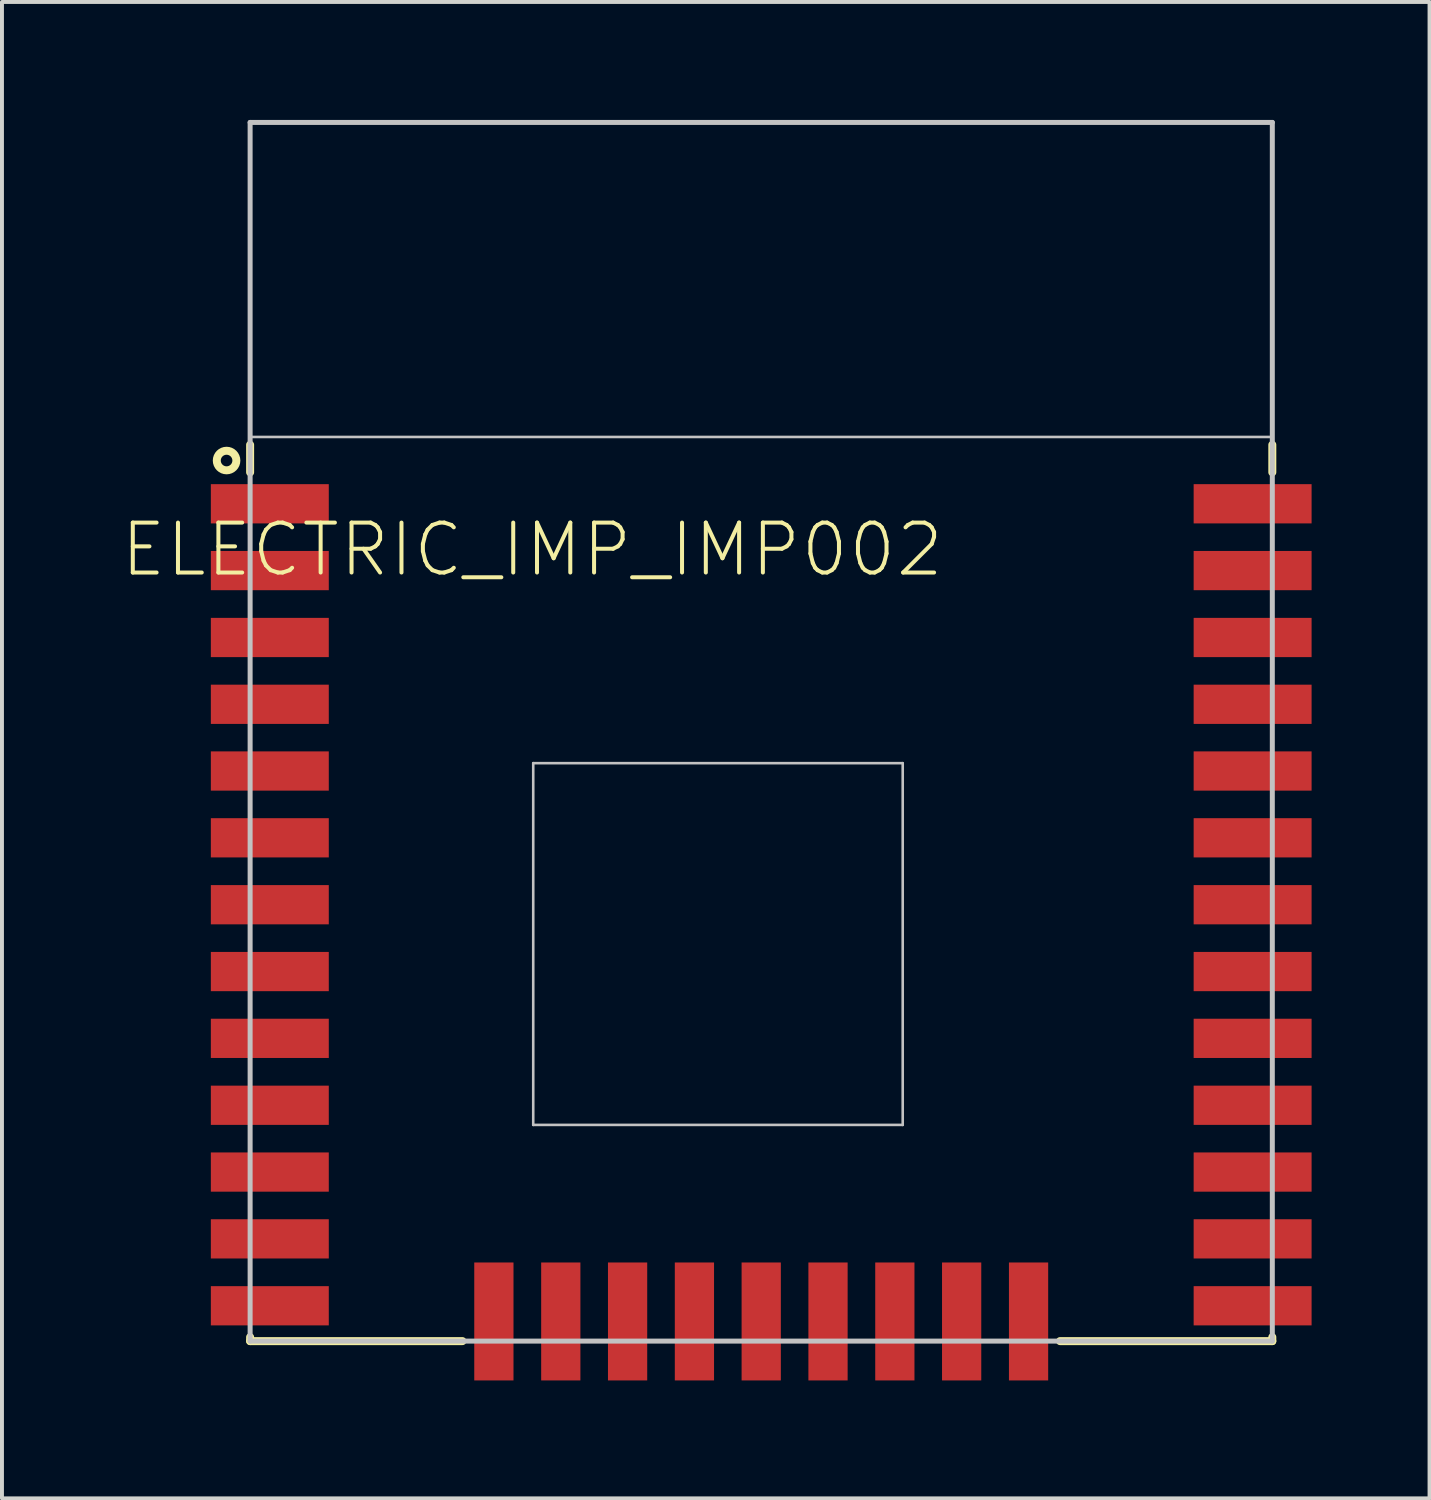
<source format=kicad_pcb>
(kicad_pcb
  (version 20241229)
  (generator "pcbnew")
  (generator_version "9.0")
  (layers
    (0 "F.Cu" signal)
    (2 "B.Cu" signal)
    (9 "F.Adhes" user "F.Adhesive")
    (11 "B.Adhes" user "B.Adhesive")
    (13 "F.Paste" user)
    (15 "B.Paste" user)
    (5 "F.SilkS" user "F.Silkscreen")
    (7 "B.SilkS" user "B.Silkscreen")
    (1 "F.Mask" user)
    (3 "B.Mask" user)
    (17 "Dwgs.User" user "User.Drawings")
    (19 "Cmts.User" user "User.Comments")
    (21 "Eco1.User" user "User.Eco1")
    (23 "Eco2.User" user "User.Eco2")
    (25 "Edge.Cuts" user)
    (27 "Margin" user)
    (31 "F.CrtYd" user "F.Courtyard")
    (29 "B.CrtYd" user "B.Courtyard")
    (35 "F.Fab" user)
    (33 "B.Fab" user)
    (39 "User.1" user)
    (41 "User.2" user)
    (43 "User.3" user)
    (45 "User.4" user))
  (footprint "ELECTRIC_IMP_IMP002"
    (layer "F.Cu")
    (at 16.312 15.563)
    (property "Reference" "ELECTRIC_IMP_IMP002" (at -5.824 -4.633 0) (layer "F.SilkS") (effects (font (size 1.27 1.27) (thickness 0.102))))
    (attr smd)
    (fp_line (start -13 -6.599) (end -13 -7.3) (stroke (width 0.203) (type solid)) (layer "F.SilkS"))
    (fp_line (start -13 15.397) (end -13 15.499) (stroke (width 0.203) (type solid)) (layer "F.SilkS"))
    (fp_line (start -13 15.499) (end -7.6 15.499) (stroke (width 0.203) (type solid)) (layer "F.SilkS"))
    (fp_line (start 13 -6.599) (end 13 -7.3) (stroke (width 0.203) (type solid)) (layer "F.SilkS"))
    (fp_line (start 13 15.397) (end 13 15.499) (stroke (width 0.203) (type solid)) (layer "F.SilkS"))
    (fp_line (start 13 15.499) (end 7.6 15.499) (stroke (width 0.203) (type solid)) (layer "F.SilkS"))
    (fp_circle (center -13.599 -6.899) (end -13.599 -7.148) (stroke (width 0.203) (type solid)) (fill no) (layer "F.SilkS"))
    (fp_line (start -13 -15.499) (end 13 -15.499) (stroke (width 0.066) (type solid)) (layer "Dwgs.User"))
    (fp_line (start -13 -15.499) (end 13 -15.499) (stroke (width 0.127) (type solid)) (layer "Dwgs.User"))
    (fp_line (start -13 -7.498) (end -13 -15.499) (stroke (width 0.066) (type solid)) (layer "Dwgs.User"))
    (fp_line (start -13 -7.498) (end 13 -7.498) (stroke (width 0.066) (type solid)) (layer "Dwgs.User"))
    (fp_line (start -13 15.499) (end -13 -15.499) (stroke (width 0.127) (type solid)) (layer "Dwgs.User"))
    (fp_line (start -5.799 0.798) (end 3.599 0.798) (stroke (width 0.066) (type solid)) (layer "Dwgs.User"))
    (fp_line (start -5.799 10) (end -5.799 0.798) (stroke (width 0.066) (type solid)) (layer "Dwgs.User"))
    (fp_line (start -5.799 10) (end 3.599 10) (stroke (width 0.066) (type solid)) (layer "Dwgs.User"))
    (fp_line (start 3.599 10) (end 3.599 0.798) (stroke (width 0.066) (type solid)) (layer "Dwgs.User"))
    (fp_line (start 13 -15.499) (end 13 15.499) (stroke (width 0.127) (type solid)) (layer "Dwgs.User"))
    (fp_line (start 13 -7.498) (end 13 -15.499) (stroke (width 0.066) (type solid)) (layer "Dwgs.User"))
    (fp_line (start 13 15.499) (end -13 15.499) (stroke (width 0.127) (type solid)) (layer "Dwgs.User"))
    (pad "1" smd rect (at -12.499 -5.799) (size 3 0.998) (layers "F.Cu" "F.Mask" "F.Paste"))
    (pad "2" smd rect (at -12.499 -4.1) (size 3 0.998) (layers "F.Cu" "F.Mask" "F.Paste"))
    (pad "3" smd rect (at -12.499 -2.398) (size 3 0.998) (layers "F.Cu" "F.Mask" "F.Paste"))
    (pad "4" smd rect (at -12.499 -0.699) (size 3 0.998) (layers "F.Cu" "F.Mask" "F.Paste"))
    (pad "5" smd rect (at -12.499 0.998) (size 3 0.998) (layers "F.Cu" "F.Mask" "F.Paste"))
    (pad "6" smd rect (at -12.499 2.697) (size 3 0.998) (layers "F.Cu" "F.Mask" "F.Paste"))
    (pad "7" smd rect (at -12.499 4.399) (size 3 0.998) (layers "F.Cu" "F.Mask" "F.Paste"))
    (pad "8" smd rect (at -12.499 6.099) (size 3 0.998) (layers "F.Cu" "F.Mask" "F.Paste"))
    (pad "9" smd rect (at -12.499 7.798) (size 3 0.998) (layers "F.Cu" "F.Mask" "F.Paste"))
    (pad "10" smd rect (at -12.499 9.5) (size 3 0.998) (layers "F.Cu" "F.Mask" "F.Paste"))
    (pad "11" smd rect (at -12.499 11.199) (size 3 0.998) (layers "F.Cu" "F.Mask" "F.Paste"))
    (pad "12" smd rect (at -12.499 12.898) (size 3 0.998) (layers "F.Cu" "F.Mask" "F.Paste"))
    (pad "13" smd rect (at -12.499 14.6) (size 3 0.998) (layers "F.Cu" "F.Mask" "F.Paste"))
    (pad "14" smd rect (at -6.8 14.999) (size 0.998 3) (layers "F.Cu" "F.Mask" "F.Paste"))
    (pad "15" smd rect (at -5.098 14.999) (size 0.998 3) (layers "F.Cu" "F.Mask" "F.Paste"))
    (pad "16" smd rect (at -3.399 14.999) (size 0.998 3) (layers "F.Cu" "F.Mask" "F.Paste"))
    (pad "17" smd rect (at -1.699 14.999) (size 0.998 3) (layers "F.Cu" "F.Mask" "F.Paste"))
    (pad "18" smd rect (at 0 14.999) (size 0.998 3) (layers "F.Cu" "F.Mask" "F.Paste"))
    (pad "19" smd rect (at 1.699 14.999) (size 0.998 3) (layers "F.Cu" "F.Mask" "F.Paste"))
    (pad "20" smd rect (at 3.399 14.999) (size 0.998 3) (layers "F.Cu" "F.Mask" "F.Paste"))
    (pad "21" smd rect (at 5.098 14.999) (size 0.998 3) (layers "F.Cu" "F.Mask" "F.Paste"))
    (pad "22" smd rect (at 6.8 14.999) (size 0.998 3) (layers "F.Cu" "F.Mask" "F.Paste"))
    (pad "23" smd rect (at 12.499 14.6 180) (size 3 0.998) (layers "F.Cu" "F.Mask" "F.Paste"))
    (pad "24" smd rect (at 12.499 12.898 180) (size 3 0.998) (layers "F.Cu" "F.Mask" "F.Paste"))
    (pad "25" smd rect (at 12.499 11.199 180) (size 3 0.998) (layers "F.Cu" "F.Mask" "F.Paste"))
    (pad "26" smd rect (at 12.499 9.5 180) (size 3 0.998) (layers "F.Cu" "F.Mask" "F.Paste"))
    (pad "27" smd rect (at 12.499 7.798 180) (size 3 0.998) (layers "F.Cu" "F.Mask" "F.Paste"))
    (pad "28" smd rect (at 12.499 6.099 180) (size 3 0.998) (layers "F.Cu" "F.Mask" "F.Paste"))
    (pad "29" smd rect (at 12.499 4.399 180) (size 3 0.998) (layers "F.Cu" "F.Mask" "F.Paste"))
    (pad "30" smd rect (at 12.499 2.697 180) (size 3 0.998) (layers "F.Cu" "F.Mask" "F.Paste"))
    (pad "31" smd rect (at 12.499 0.998 180) (size 3 0.998) (layers "F.Cu" "F.Mask" "F.Paste"))
    (pad "32" smd rect (at 12.499 -0.699 180) (size 3 0.998) (layers "F.Cu" "F.Mask" "F.Paste"))
    (pad "33" smd rect (at 12.499 -2.398 180) (size 3 0.998) (layers "F.Cu" "F.Mask" "F.Paste"))
    (pad "34" smd rect (at 12.499 -4.1 180) (size 3 0.998) (layers "F.Cu" "F.Mask" "F.Paste"))
    (pad "35" smd rect (at 12.499 -5.799 180) (size 3 0.998) (layers "F.Cu" "F.Mask" "F.Paste")))
  (gr_rect
    (start -3 -3)
    (end 33.311 35.061)
    (stroke (width 0.1) (type default))
    (fill no)
    (layer "Edge.Cuts")))
</source>
